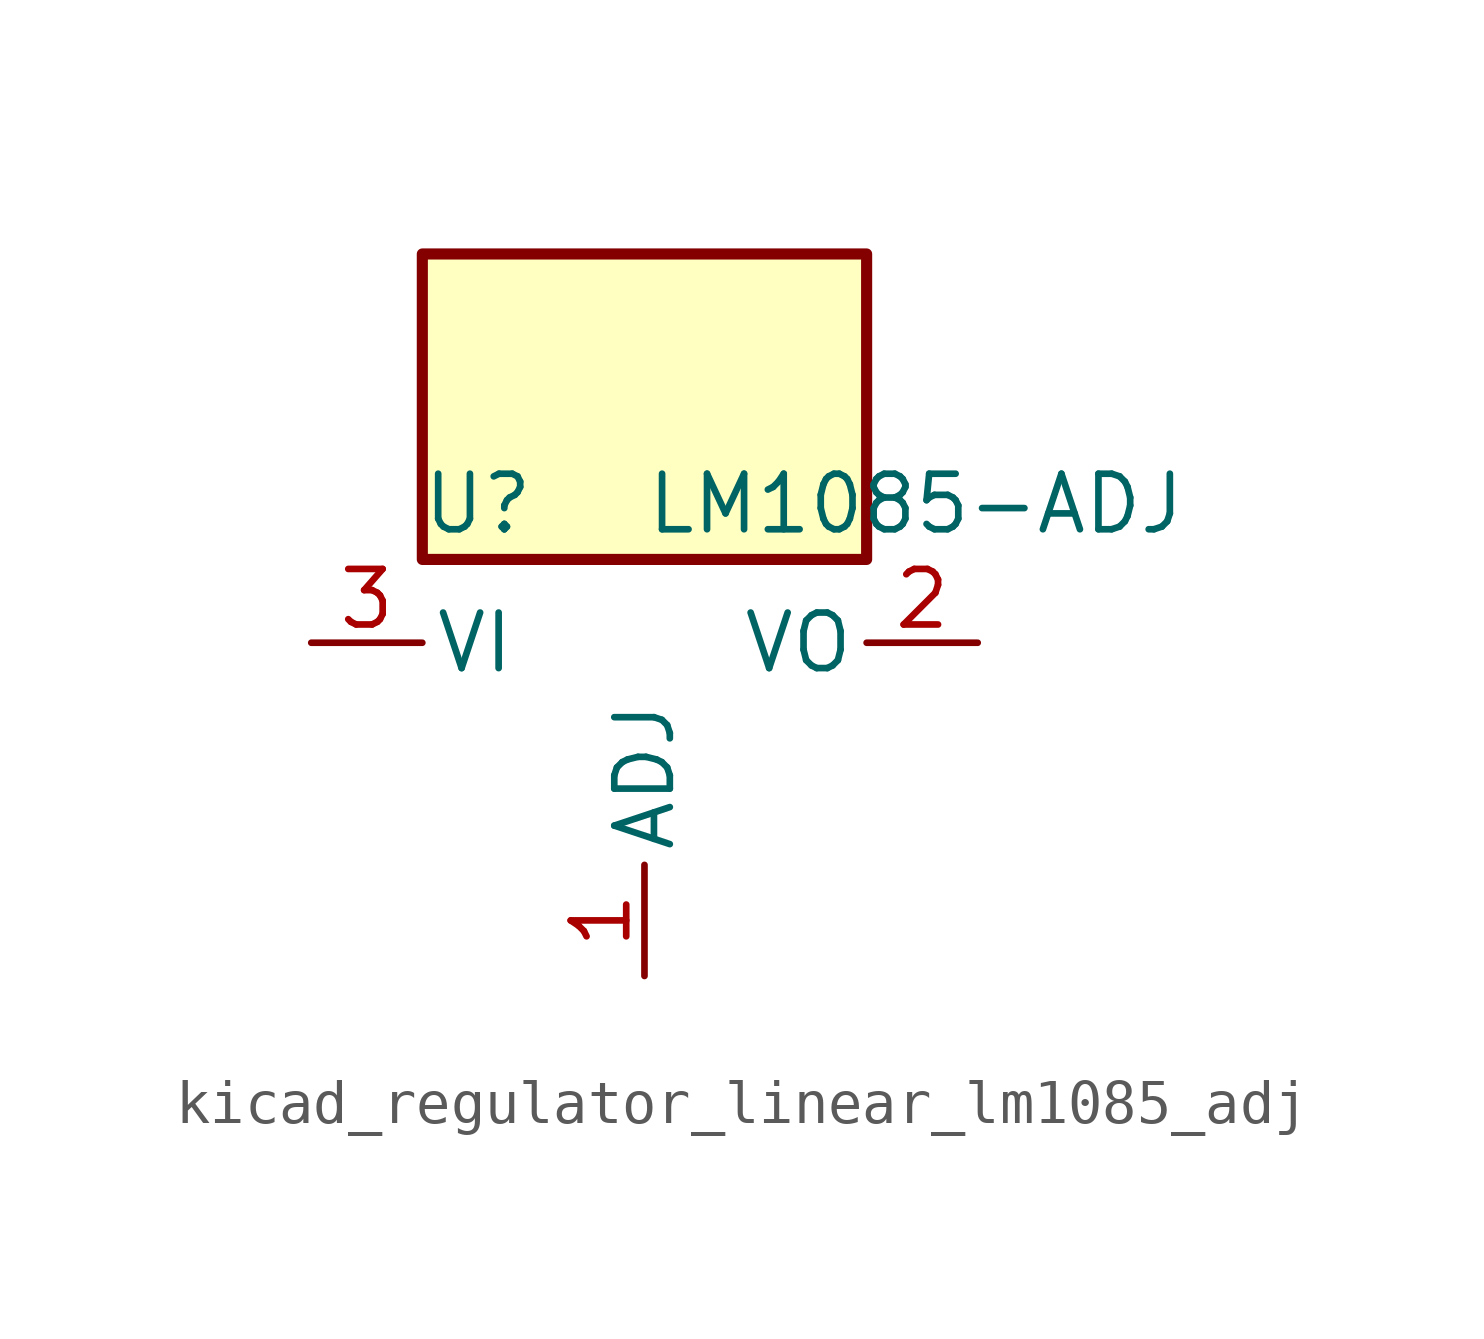
<source format=kicad_sym>
(kicad_symbol_lib
  (version 20220914)
  (generator kicad_symbol_editor)
  (symbol "kicad_regulator_linear_lm1085_adj"
    (pin_names
      (offset 0.254))
    (property "Reference" "U"
      (at -3.81 3.175 0)
      (effects (font (size 1.27 1.27))))
    (property "Value" "LM1085-ADJ"
      (at 0 3.175 0)
      (effects (font (size 1.27 1.27)) (justify left)))
    (symbol "kicad_regulator_linear_lm1085_adj_0_1"
      (rectangle (start 5.08 8.89) (end -5.08 1.905) (stroke (width 0.254) (type default)) (fill (type background))))
    (symbol "kicad_regulator_linear_lm1085_adj_1_1"
      (pin input line (at 0 -7.62 90) (length 2.54) (name "ADJ" (effects (font (size 1.27 1.27)))) (number "1" (effects (font (size 1.27 1.27)))))
      (pin power_out line (at 7.62 0 180) (length 2.54) (name "VO" (effects (font (size 1.27 1.27)))) (number "2" (effects (font (size 1.27 1.27)))))
      (pin power_in line (at -7.62 0 0) (length 2.54) (name "VI" (effects (font (size 1.27 1.27)))) (number "3" (effects (font (size 1.27 1.27))))))))
</source>
